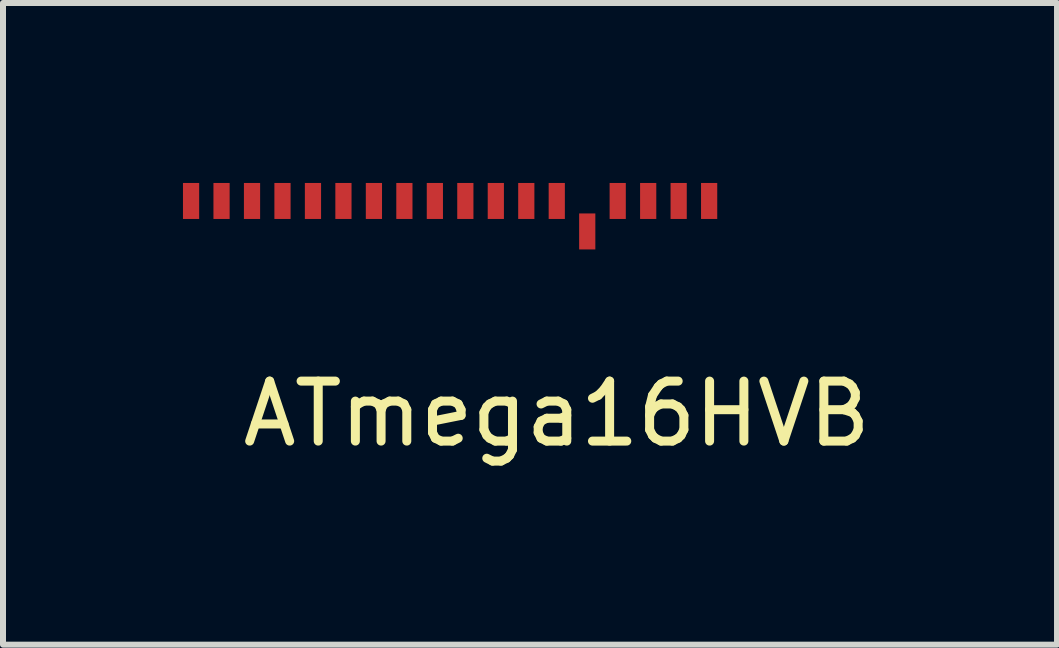
<source format=kicad_pcb>
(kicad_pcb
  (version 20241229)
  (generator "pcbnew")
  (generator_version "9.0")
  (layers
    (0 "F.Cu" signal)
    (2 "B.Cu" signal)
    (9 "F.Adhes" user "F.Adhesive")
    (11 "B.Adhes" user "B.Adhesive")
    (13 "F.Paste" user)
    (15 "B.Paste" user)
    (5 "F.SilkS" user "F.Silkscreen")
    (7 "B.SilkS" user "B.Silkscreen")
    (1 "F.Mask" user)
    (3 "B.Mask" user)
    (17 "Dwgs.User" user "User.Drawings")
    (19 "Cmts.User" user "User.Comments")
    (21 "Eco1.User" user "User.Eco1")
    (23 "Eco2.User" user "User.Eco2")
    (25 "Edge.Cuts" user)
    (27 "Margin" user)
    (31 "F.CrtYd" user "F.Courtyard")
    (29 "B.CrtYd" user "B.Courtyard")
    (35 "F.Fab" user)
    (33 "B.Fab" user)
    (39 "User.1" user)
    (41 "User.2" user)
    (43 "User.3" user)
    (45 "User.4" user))
  (footprint "ATmega16HVB"
    (layer "F.Cu")
    (at 6.231 3.348)
    (property "Reference" "ATmega16HVB" (at 0 0.5 0) (layer "F.SilkS") (effects (font (size 1 1) (thickness 0.15))))
    (attr through_hole)
    (pad "1" smd rect (at 2.54 -3.048) (size 0.27 0.6) (layers "F.Cu" "F.Mask" "F.Paste"))
    (pad "2" smd rect (at 2.032 -3.048) (size 0.27 0.6) (layers "F.Cu" "F.Mask" "F.Paste"))
    (pad "3" smd rect (at 1.524 -3.048) (size 0.27 0.6) (layers "F.Cu" "F.Mask" "F.Paste"))
    (pad "4" smd rect (at 1.016 -3.048) (size 0.27 0.6) (layers "F.Cu" "F.Mask" "F.Paste"))
    (pad "5" smd rect (at 0.508 -2.54) (size 0.27 0.6) (layers "F.Cu" "F.Mask" "F.Paste"))
    (pad "6" smd rect (at 0 -3.048) (size 0.27 0.6) (layers "F.Cu" "F.Mask" "F.Paste"))
    (pad "7" smd rect (at -0.508 -3.048) (size 0.27 0.6) (layers "F.Cu" "F.Mask" "F.Paste"))
    (pad "8" smd rect (at -1.016 -3.048) (size 0.27 0.6) (layers "F.Cu" "F.Mask" "F.Paste"))
    (pad "9" smd rect (at -1.524 -3.048) (size 0.27 0.6) (layers "F.Cu" "F.Mask" "F.Paste"))
    (pad "10" smd rect (at -2.032 -3.048) (size 0.27 0.6) (layers "F.Cu" "F.Mask" "F.Paste"))
    (pad "11" smd rect (at -2.54 -3.048) (size 0.27 0.6) (layers "F.Cu" "F.Mask" "F.Paste"))
    (pad "12" smd rect (at -3.048 -3.048) (size 0.27 0.6) (layers "F.Cu" "F.Mask" "F.Paste"))
    (pad "13" smd rect (at -3.556 -3.048) (size 0.27 0.6) (layers "F.Cu" "F.Mask" "F.Paste"))
    (pad "14" smd rect (at -4.064 -3.048) (size 0.27 0.6) (layers "F.Cu" "F.Mask" "F.Paste"))
    (pad "15" smd rect (at -4.572 -3.048) (size 0.27 0.6) (layers "F.Cu" "F.Mask" "F.Paste"))
    (pad "16" smd rect (at -5.08 -3.048) (size 0.27 0.6) (layers "F.Cu" "F.Mask" "F.Paste"))
    (pad "17" smd rect (at -5.588 -3.048) (size 0.27 0.6) (layers "F.Cu" "F.Mask" "F.Paste"))
    (pad "18" smd rect (at -6.096 -3.048) (size 0.27 0.6) (layers "F.Cu" "F.Mask" "F.Paste")))
  (gr_rect
    (start -3 -3)
    (end 14.57 7.696)
    (stroke (width 0.1) (type default))
    (fill no)
    (layer "Edge.Cuts")))
</source>
